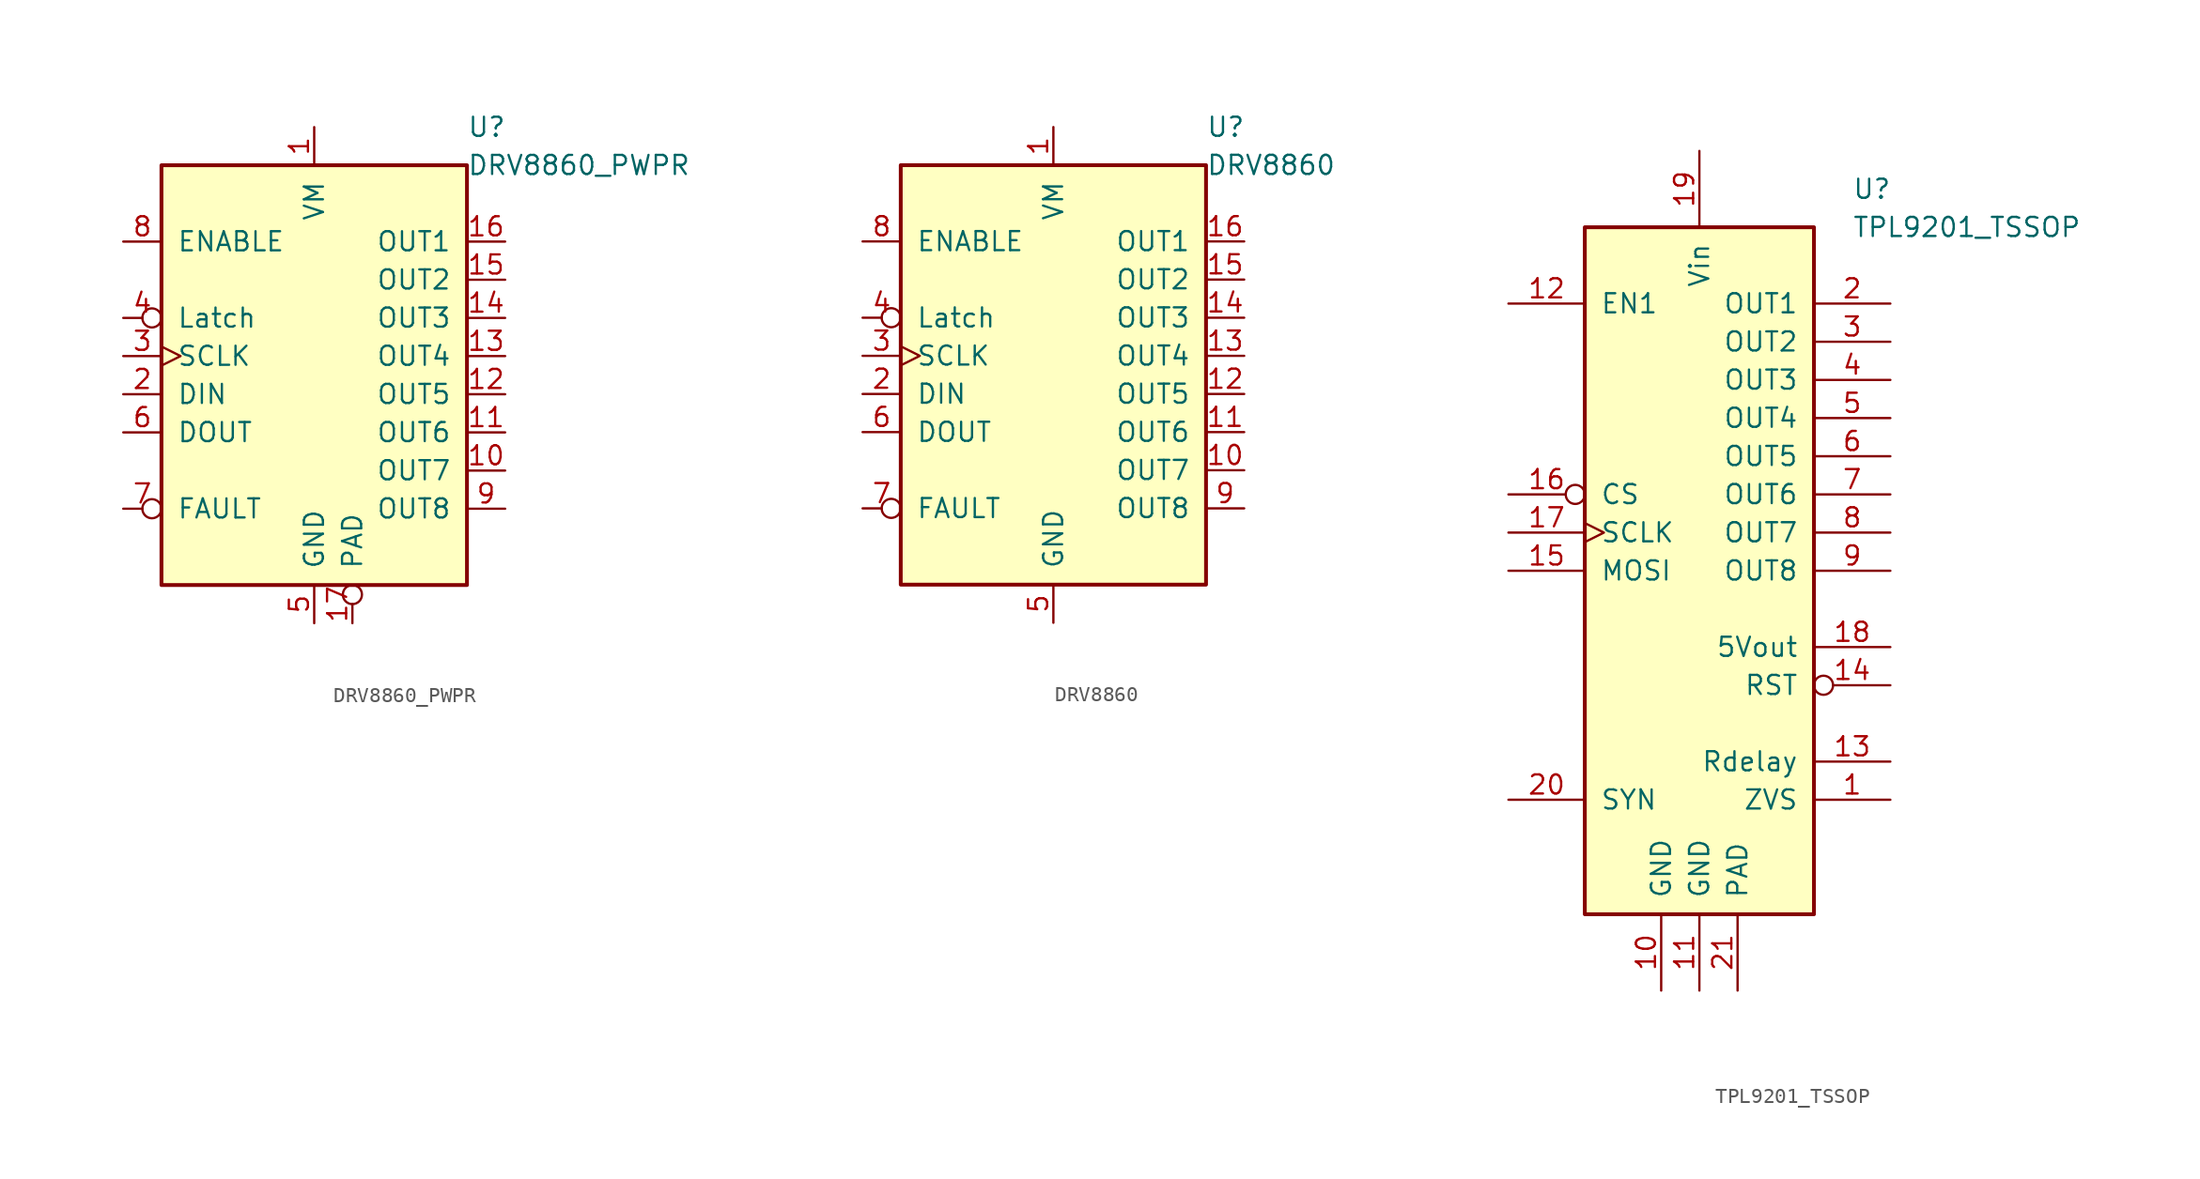
<source format=kicad_sym>
(kicad_symbol_lib
  (version 20201005)
  (generator kicad_symbol_editor)
  (symbol "DRV8860_PWPR"
    (pin_names
      (offset 1.016))
    (property "Reference" "U"
      (at 10.16 17.78 0)
      (effects (font (size 1.27 1.27)) (justify left)))
    (property "Value" "DRV8860_PWPR"
      (at 10.16 15.24 0)
      (effects (font (size 1.27 1.27)) (justify left)))
    (symbol "DRV8860_PWPR_0_1"
      (rectangle (start -10.16 15.24) (end 10.16 -12.7) (stroke (width 0.254)) (fill (type background))))
    (symbol "DRV8860_PWPR_1_1"
      (pin power_in line (at 0 17.78 270) (length 2.54) (name "VM" (effects (font (size 1.27 1.27)))) (number "1" (effects (font (size 1.27 1.27)))))
      (pin output line (at 12.7 -5.08 180) (length 2.54) (name "OUT7" (effects (font (size 1.27 1.27)))) (number "10" (effects (font (size 1.27 1.27)))))
      (pin output line (at 12.7 -2.54 180) (length 2.54) (name "OUT6" (effects (font (size 1.27 1.27)))) (number "11" (effects (font (size 1.27 1.27)))))
      (pin output line (at 12.7 0 180) (length 2.54) (name "OUT5" (effects (font (size 1.27 1.27)))) (number "12" (effects (font (size 1.27 1.27)))))
      (pin output line (at 12.7 2.54 180) (length 2.54) (name "OUT4" (effects (font (size 1.27 1.27)))) (number "13" (effects (font (size 1.27 1.27)))))
      (pin output line (at 12.7 5.08 180) (length 2.54) (name "OUT3" (effects (font (size 1.27 1.27)))) (number "14" (effects (font (size 1.27 1.27)))))
      (pin output line (at 12.7 7.62 180) (length 2.54) (name "OUT2" (effects (font (size 1.27 1.27)))) (number "15" (effects (font (size 1.27 1.27)))))
      (pin output line (at 12.7 10.16 180) (length 2.54) (name "OUT1" (effects (font (size 1.27 1.27)))) (number "16" (effects (font (size 1.27 1.27)))))
      (pin power_in inverted (at 2.54 -15.24 90) (length 2.54) (name "PAD" (effects (font (size 1.27 1.27)))) (number "17" (effects (font (size 1.27 1.27)))))
      (pin input line (at -12.7 0 0) (length 2.54) (name "DIN" (effects (font (size 1.27 1.27)))) (number "2" (effects (font (size 1.27 1.27)))))
      (pin input clock (at -12.7 2.54 0) (length 2.54) (name "SCLK" (effects (font (size 1.27 1.27)))) (number "3" (effects (font (size 1.27 1.27)))))
      (pin input inverted (at -12.7 5.08 0) (length 2.54) (name "Latch" (effects (font (size 1.27 1.27)))) (number "4" (effects (font (size 1.27 1.27)))))
      (pin power_in line (at 0 -15.24 90) (length 2.54) (name "GND" (effects (font (size 1.27 1.27)))) (number "5" (effects (font (size 1.27 1.27)))))
      (pin output line (at -12.7 -2.54 0) (length 2.54) (name "DOUT" (effects (font (size 1.27 1.27)))) (number "6" (effects (font (size 1.27 1.27)))))
      (pin open_collector inverted (at -12.7 -7.62 0) (length 2.54) (name "FAULT" (effects (font (size 1.27 1.27)))) (number "7" (effects (font (size 1.27 1.27)))))
      (pin input line (at -12.7 10.16 0) (length 2.54) (name "ENABLE" (effects (font (size 1.27 1.27)))) (number "8" (effects (font (size 1.27 1.27)))))
      (pin output line (at 12.7 -7.62 180) (length 2.54) (name "OUT8" (effects (font (size 1.27 1.27)))) (number "9" (effects (font (size 1.27 1.27)))))))
  (symbol "DRV8860"
    (pin_names
      (offset 1.016))
    (property "Reference" "U"
      (at 10.16 17.78 0)
      (effects (font (size 1.27 1.27)) (justify left)))
    (property "Value" "DRV8860"
      (at 10.16 15.24 0)
      (effects (font (size 1.27 1.27)) (justify left)))
    (symbol "DRV8860_0_1"
      (rectangle (start -10.16 15.24) (end 10.16 -12.7) (stroke (width 0.254)) (fill (type background))))
    (symbol "DRV8860_1_1"
      (pin power_in line (at 0 17.78 270) (length 2.54) (name "VM" (effects (font (size 1.27 1.27)))) (number "1" (effects (font (size 1.27 1.27)))))
      (pin output line (at 12.7 -5.08 180) (length 2.54) (name "OUT7" (effects (font (size 1.27 1.27)))) (number "10" (effects (font (size 1.27 1.27)))))
      (pin output line (at 12.7 -2.54 180) (length 2.54) (name "OUT6" (effects (font (size 1.27 1.27)))) (number "11" (effects (font (size 1.27 1.27)))))
      (pin output line (at 12.7 0 180) (length 2.54) (name "OUT5" (effects (font (size 1.27 1.27)))) (number "12" (effects (font (size 1.27 1.27)))))
      (pin output line (at 12.7 2.54 180) (length 2.54) (name "OUT4" (effects (font (size 1.27 1.27)))) (number "13" (effects (font (size 1.27 1.27)))))
      (pin output line (at 12.7 5.08 180) (length 2.54) (name "OUT3" (effects (font (size 1.27 1.27)))) (number "14" (effects (font (size 1.27 1.27)))))
      (pin output line (at 12.7 7.62 180) (length 2.54) (name "OUT2" (effects (font (size 1.27 1.27)))) (number "15" (effects (font (size 1.27 1.27)))))
      (pin output line (at 12.7 10.16 180) (length 2.54) (name "OUT1" (effects (font (size 1.27 1.27)))) (number "16" (effects (font (size 1.27 1.27)))))
      (pin input line (at -12.7 0 0) (length 2.54) (name "DIN" (effects (font (size 1.27 1.27)))) (number "2" (effects (font (size 1.27 1.27)))))
      (pin input clock (at -12.7 2.54 0) (length 2.54) (name "SCLK" (effects (font (size 1.27 1.27)))) (number "3" (effects (font (size 1.27 1.27)))))
      (pin input inverted (at -12.7 5.08 0) (length 2.54) (name "Latch" (effects (font (size 1.27 1.27)))) (number "4" (effects (font (size 1.27 1.27)))))
      (pin power_in line (at 0 -15.24 90) (length 2.54) (name "GND" (effects (font (size 1.27 1.27)))) (number "5" (effects (font (size 1.27 1.27)))))
      (pin output line (at -12.7 -2.54 0) (length 2.54) (name "DOUT" (effects (font (size 1.27 1.27)))) (number "6" (effects (font (size 1.27 1.27)))))
      (pin open_collector inverted (at -12.7 -7.62 0) (length 2.54) (name "FAULT" (effects (font (size 1.27 1.27)))) (number "7" (effects (font (size 1.27 1.27)))))
      (pin input line (at -12.7 10.16 0) (length 2.54) (name "ENABLE" (effects (font (size 1.27 1.27)))) (number "8" (effects (font (size 1.27 1.27)))))
      (pin output line (at 12.7 -7.62 180) (length 2.54) (name "OUT8" (effects (font (size 1.27 1.27)))) (number "9" (effects (font (size 1.27 1.27)))))))
  (symbol "TPL9201_TSSOP"
    (pin_names
      (offset 1.016))
    (property "Reference" "U"
      (at 10.16 17.78 0)
      (effects (font (size 1.27 1.27)) (justify left)))
    (property "Value" "TPL9201_TSSOP"
      (at 10.16 15.24 0)
      (effects (font (size 1.27 1.27)) (justify left)))
    (symbol "TPL9201_TSSOP_0_1"
      (rectangle (start -7.62 15.24) (end 7.62 -30.48) (stroke (width 0.254)) (fill (type background))))
    (symbol "TPL9201_TSSOP_1_1"
      (pin output line (at 12.7 -22.86 180) (length 5.08) (name "ZVS" (effects (font (size 1.27 1.27)))) (number "1" (effects (font (size 1.27 1.27)))))
      (pin power_in line (at -2.54 -35.56 90) (length 5.08) (name "GND" (effects (font (size 1.27 1.27)))) (number "10" (effects (font (size 1.27 1.27)))))
      (pin power_in line (at 0 -35.56 90) (length 5.08) (name "GND" (effects (font (size 1.27 1.27)))) (number "11" (effects (font (size 1.27 1.27)))))
      (pin input line (at -12.7 10.16 0) (length 5.08) (name "EN1" (effects (font (size 1.27 1.27)))) (number "12" (effects (font (size 1.27 1.27)))))
      (pin output line (at 12.7 -20.32 180) (length 5.08) (name "Rdelay" (effects (font (size 1.27 1.27)))) (number "13" (effects (font (size 1.27 1.27)))))
      (pin bidirectional inverted (at 12.7 -15.24 180) (length 5.08) (name "RST" (effects (font (size 1.27 1.27)))) (number "14" (effects (font (size 1.27 1.27)))))
      (pin input line (at -12.7 -7.62 0) (length 5.08) (name "MOSI" (effects (font (size 1.27 1.27)))) (number "15" (effects (font (size 1.27 1.27)))))
      (pin input inverted (at -12.7 -2.54 0) (length 5.08) (name "CS" (effects (font (size 1.27 1.27)))) (number "16" (effects (font (size 1.27 1.27)))))
      (pin input clock (at -12.7 -5.08 0) (length 5.08) (name "SCLK" (effects (font (size 1.27 1.27)))) (number "17" (effects (font (size 1.27 1.27)))))
      (pin power_out line (at 12.7 -12.7 180) (length 5.08) (name "5Vout" (effects (font (size 1.27 1.27)))) (number "18" (effects (font (size 1.27 1.27)))))
      (pin power_in line (at 0 20.32 270) (length 5.08) (name "Vin" (effects (font (size 1.27 1.27)))) (number "19" (effects (font (size 1.27 1.27)))))
      (pin output line (at 12.7 10.16 180) (length 5.08) (name "OUT1" (effects (font (size 1.27 1.27)))) (number "2" (effects (font (size 1.27 1.27)))))
      (pin input line (at -12.7 -22.86 0) (length 5.08) (name "SYN" (effects (font (size 1.27 1.27)))) (number "20" (effects (font (size 1.27 1.27)))))
      (pin power_in line (at 2.54 -35.56 90) (length 5.08) (name "PAD" (effects (font (size 1.27 1.27)))) (number "21" (effects (font (size 1.27 1.27)))))
      (pin output line (at 12.7 7.62 180) (length 5.08) (name "OUT2" (effects (font (size 1.27 1.27)))) (number "3" (effects (font (size 1.27 1.27)))))
      (pin output line (at 12.7 5.08 180) (length 5.08) (name "OUT3" (effects (font (size 1.27 1.27)))) (number "4" (effects (font (size 1.27 1.27)))))
      (pin output line (at 12.7 2.54 180) (length 5.08) (name "OUT4" (effects (font (size 1.27 1.27)))) (number "5" (effects (font (size 1.27 1.27)))))
      (pin output line (at 12.7 0 180) (length 5.08) (name "OUT5" (effects (font (size 1.27 1.27)))) (number "6" (effects (font (size 1.27 1.27)))))
      (pin output line (at 12.7 -2.54 180) (length 5.08) (name "OUT6" (effects (font (size 1.27 1.27)))) (number "7" (effects (font (size 1.27 1.27)))))
      (pin output line (at 12.7 -5.08 180) (length 5.08) (name "OUT7" (effects (font (size 1.27 1.27)))) (number "8" (effects (font (size 1.27 1.27)))))
      (pin output line (at 12.7 -7.62 180) (length 5.08) (name "OUT8" (effects (font (size 1.27 1.27)))) (number "9" (effects (font (size 1.27 1.27))))))))
</source>
